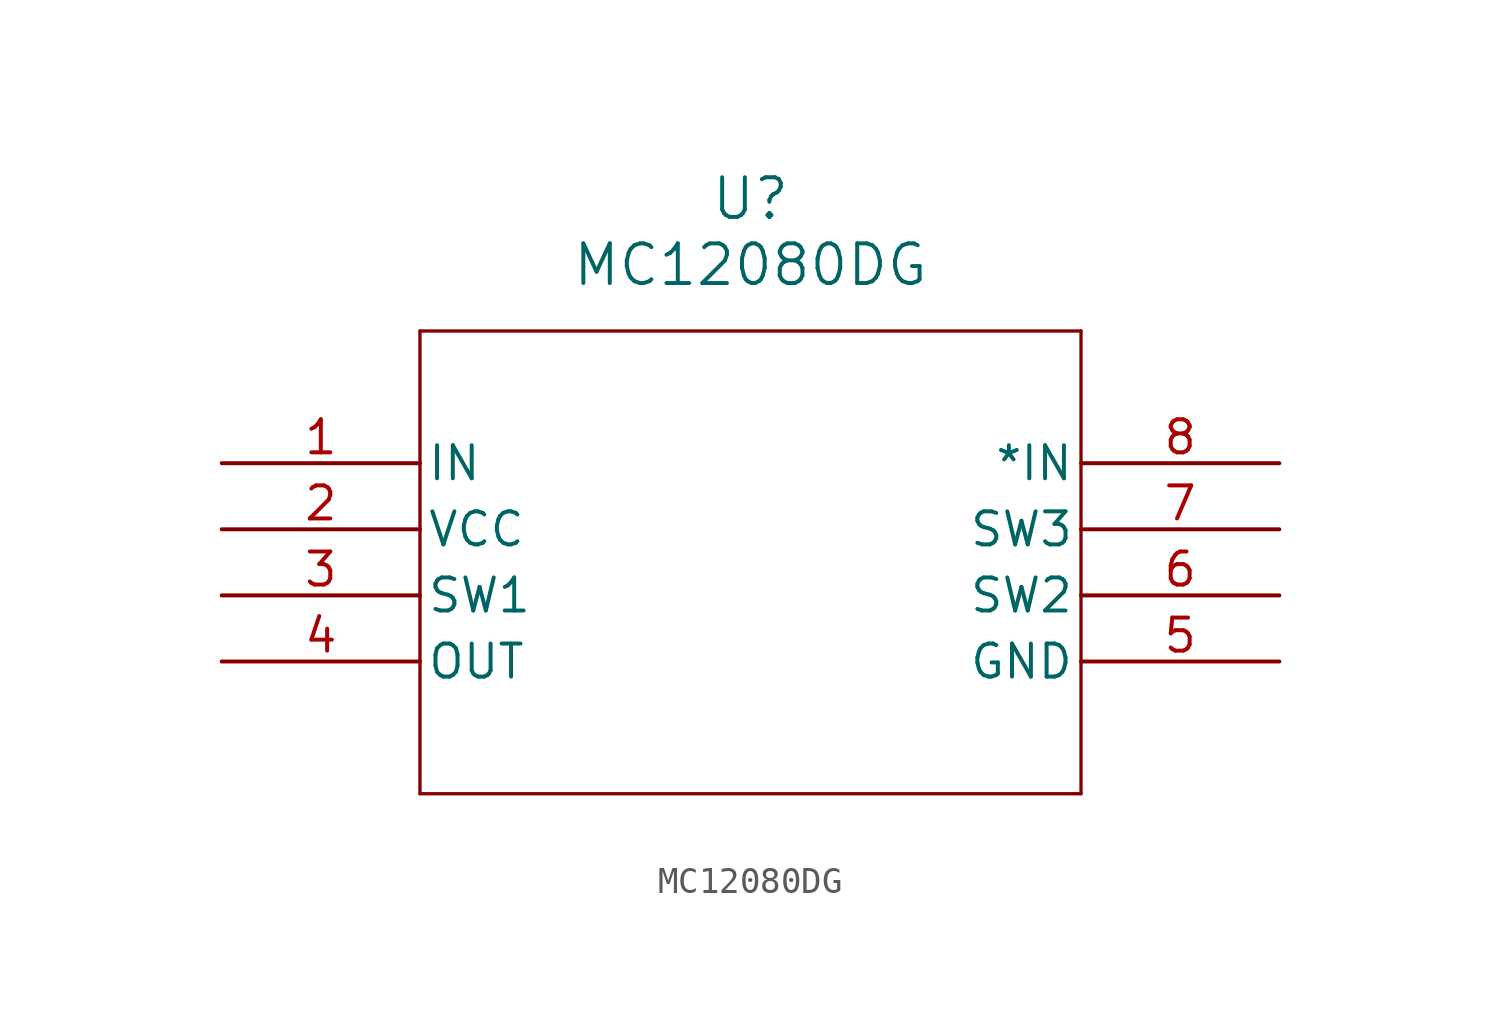
<source format=kicad_sym>
(kicad_symbol_lib
  (version 20211014)
  (generator kicad_symbol_editor)
  (symbol "MC12080DG"
    (pin_names
      (offset 0.254))
    (property "Reference" "U"
      (at 20.32 10.16 0)
      (effects (font (size 1.524 1.524))))
    (property "Value" "MC12080DG"
      (at 20.32 7.62 0)
      (effects (font (size 1.524 1.524))))
    (symbol "MC12080DG_0_1"
      (polyline (pts (xy 7.62 5.08) (xy 7.62 -12.7)) (stroke (width 0.127) (type default) (color 0 0 0 0)) (fill (type none)))
      (polyline (pts (xy 7.62 -12.7) (xy 33.02 -12.7)) (stroke (width 0.127) (type default) (color 0 0 0 0)) (fill (type none)))
      (polyline (pts (xy 33.02 -12.7) (xy 33.02 5.08)) (stroke (width 0.127) (type default) (color 0 0 0 0)) (fill (type none)))
      (polyline (pts (xy 33.02 5.08) (xy 7.62 5.08)) (stroke (width 0.127) (type default) (color 0 0 0 0)) (fill (type none)))
      (pin input line (at 0 0 0) (length 7.62) (name "IN" (effects (font (size 1.27 1.27)))) (number "1" (effects (font (size 1.27 1.27)))))
      (pin power_in line (at 0 -2.54 0) (length 7.62) (name "VCC" (effects (font (size 1.27 1.27)))) (number "2" (effects (font (size 1.27 1.27)))))
      (pin unspecified line (at 0 -5.08 0) (length 7.62) (name "SW1" (effects (font (size 1.27 1.27)))) (number "3" (effects (font (size 1.27 1.27)))))
      (pin output line (at 0 -7.62 0) (length 7.62) (name "OUT" (effects (font (size 1.27 1.27)))) (number "4" (effects (font (size 1.27 1.27)))))
      (pin power_in line (at 40.64 -7.62 180) (length 7.62) (name "GND" (effects (font (size 1.27 1.27)))) (number "5" (effects (font (size 1.27 1.27)))))
      (pin unspecified line (at 40.64 -5.08 180) (length 7.62) (name "SW2" (effects (font (size 1.27 1.27)))) (number "6" (effects (font (size 1.27 1.27)))))
      (pin unspecified line (at 40.64 -2.54 180) (length 7.62) (name "SW3" (effects (font (size 1.27 1.27)))) (number "7" (effects (font (size 1.27 1.27)))))
      (pin input line (at 40.64 0 180) (length 7.62) (name "*IN" (effects (font (size 1.27 1.27)))) (number "8" (effects (font (size 1.27 1.27))))))))
</source>
